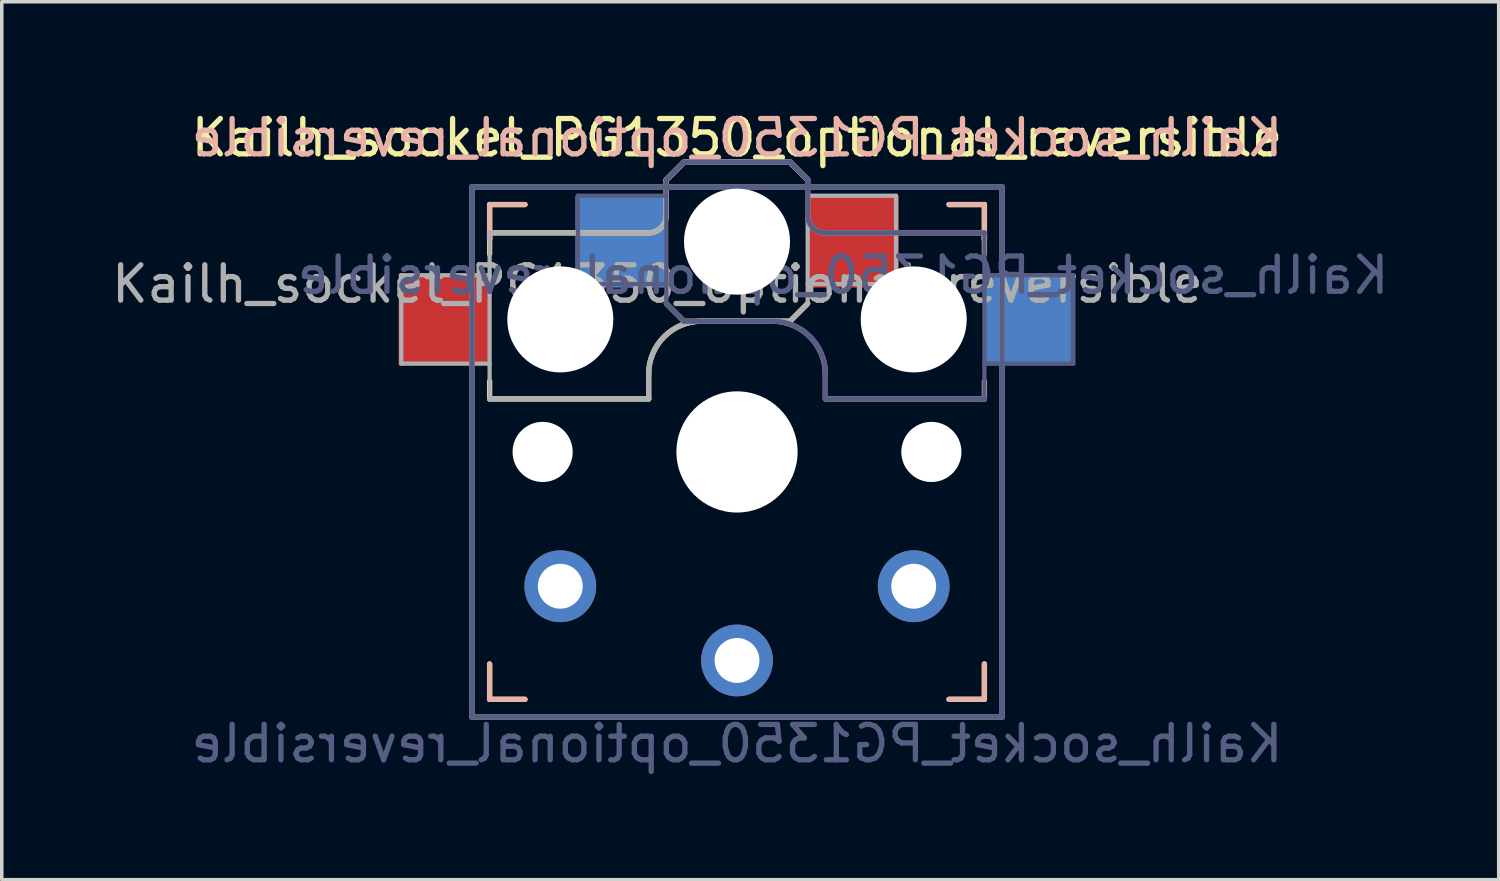
<source format=kicad_pcb>
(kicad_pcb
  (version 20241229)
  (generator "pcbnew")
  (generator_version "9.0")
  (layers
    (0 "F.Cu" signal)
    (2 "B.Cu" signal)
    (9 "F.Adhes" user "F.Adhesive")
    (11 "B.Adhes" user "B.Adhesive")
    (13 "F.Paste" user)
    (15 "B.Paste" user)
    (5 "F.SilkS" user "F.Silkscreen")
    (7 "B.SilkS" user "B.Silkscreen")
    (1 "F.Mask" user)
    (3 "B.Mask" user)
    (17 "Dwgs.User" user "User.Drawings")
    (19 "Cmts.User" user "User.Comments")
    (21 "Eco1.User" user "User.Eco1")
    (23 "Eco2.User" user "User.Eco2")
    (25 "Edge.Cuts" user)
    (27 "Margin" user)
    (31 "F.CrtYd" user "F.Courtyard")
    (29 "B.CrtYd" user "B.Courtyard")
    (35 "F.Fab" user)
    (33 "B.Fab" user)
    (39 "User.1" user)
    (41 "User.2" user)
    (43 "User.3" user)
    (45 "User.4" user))
  (footprint "Kailh_socket_PG1350_optional_reversible"
    (layer "F.Cu")
    (at 17.804 9.738)
    (property "Reference" "Kailh_socket_PG1350_optional_reversible" (at 0 -8.89 0) (layer "F.SilkS") (effects (font (size 1 1) (thickness 0.15))))
    (property "Value" "Kailh_socket_PG1350_optional_reversible" (at 0 8.255 0) (layer "F.Fab") (hide yes) (effects (font (size 1 1) (thickness 0.15))))
    (attr through_hole)
    (fp_line (start -7 -7) (end -6 -7) (stroke (width 0.15) (type solid)) (layer "F.SilkS"))
    (fp_line (start -7 -6.2) (end -2.5 -6.2) (stroke (width 0.15) (type solid)) (layer "F.SilkS"))
    (fp_line (start -7 -6) (end -7 -7) (stroke (width 0.15) (type solid)) (layer "F.SilkS"))
    (fp_line (start -7 -5.6) (end -7 -6.2) (stroke (width 0.15) (type solid)) (layer "F.SilkS"))
    (fp_line (start -7 -1.5) (end -7 -2) (stroke (width 0.15) (type solid)) (layer "F.SilkS"))
    (fp_line (start -7 7) (end -7 6) (stroke (width 0.15) (type solid)) (layer "F.SilkS"))
    (fp_line (start -6 7) (end -7 7) (stroke (width 0.15) (type solid)) (layer "F.SilkS"))
    (fp_line (start -2.5 -2.2) (end -2.5 -1.5) (stroke (width 0.15) (type solid)) (layer "F.SilkS"))
    (fp_line (start -2.5 -1.5) (end -7 -1.5) (stroke (width 0.15) (type solid)) (layer "F.SilkS"))
    (fp_line (start -2 -6.7) (end -2 -7.7) (stroke (width 0.15) (type solid)) (layer "F.SilkS"))
    (fp_line (start -1.5 -8.2) (end -2 -7.7) (stroke (width 0.15) (type solid)) (layer "F.SilkS"))
    (fp_line (start 1.5 -8.2) (end -1.5 -8.2) (stroke (width 0.15) (type solid)) (layer "F.SilkS"))
    (fp_line (start 1.5 -3.7) (end -1 -3.7) (stroke (width 0.15) (type solid)) (layer "F.SilkS"))
    (fp_line (start 2 -7.7) (end 1.5 -8.2) (stroke (width 0.15) (type solid)) (layer "F.SilkS"))
    (fp_line (start 2 -4.2) (end 1.5 -3.7) (stroke (width 0.15) (type solid)) (layer "F.SilkS"))
    (fp_line (start 6 -7) (end 7 -7) (stroke (width 0.15) (type solid)) (layer "F.SilkS"))
    (fp_line (start 7 -7) (end 7 -6) (stroke (width 0.15) (type solid)) (layer "F.SilkS"))
    (fp_line (start 7 6) (end 7 7) (stroke (width 0.15) (type solid)) (layer "F.SilkS"))
    (fp_line (start 7 7) (end 6 7) (stroke (width 0.15) (type solid)) (layer "F.SilkS"))
    (fp_arc (start -2.5 -2.2) (mid -2.06066 -3.26066) (end -1 -3.7) (stroke (width 0.15) (type solid)) (layer "F.SilkS"))
    (fp_arc (start -2 -6.7) (mid -2.146447 -6.346447) (end -2.5 -6.2) (stroke (width 0.15) (type solid)) (layer "F.SilkS"))
    (fp_line (start -7 -7) (end -6 -7) (stroke (width 0.15) (type solid)) (layer "B.SilkS"))
    (fp_line (start -7 -6) (end -7 -7) (stroke (width 0.15) (type solid)) (layer "B.SilkS"))
    (fp_line (start -7 7) (end -7 6) (stroke (width 0.15) (type solid)) (layer "B.SilkS"))
    (fp_line (start -6 7) (end -7 7) (stroke (width 0.15) (type solid)) (layer "B.SilkS"))
    (fp_line (start -2 -7.7) (end -1.5 -8.2) (stroke (width 0.15) (type solid)) (layer "B.SilkS"))
    (fp_line (start -2 -4.2) (end -1.5 -3.7) (stroke (width 0.15) (type solid)) (layer "B.SilkS"))
    (fp_line (start -1.5 -8.2) (end 1.5 -8.2) (stroke (width 0.15) (type solid)) (layer "B.SilkS"))
    (fp_line (start -1.5 -3.7) (end 1 -3.7) (stroke (width 0.15) (type solid)) (layer "B.SilkS"))
    (fp_line (start 1.5 -8.2) (end 2 -7.7) (stroke (width 0.15) (type solid)) (layer "B.SilkS"))
    (fp_line (start 2 -6.7) (end 2 -7.7) (stroke (width 0.15) (type solid)) (layer "B.SilkS"))
    (fp_line (start 2.5 -2.2) (end 2.5 -1.5) (stroke (width 0.15) (type solid)) (layer "B.SilkS"))
    (fp_line (start 2.5 -1.5) (end 7 -1.5) (stroke (width 0.15) (type solid)) (layer "B.SilkS"))
    (fp_line (start 6 -7) (end 7 -7) (stroke (width 0.15) (type solid)) (layer "B.SilkS"))
    (fp_line (start 7 -7) (end 7 -6) (stroke (width 0.15) (type solid)) (layer "B.SilkS"))
    (fp_line (start 7 -6.2) (end 2.5 -6.2) (stroke (width 0.15) (type solid)) (layer "B.SilkS"))
    (fp_line (start 7 -5.6) (end 7 -6.2) (stroke (width 0.15) (type solid)) (layer "B.SilkS"))
    (fp_line (start 7 -1.5) (end 7 -2) (stroke (width 0.15) (type solid)) (layer "B.SilkS"))
    (fp_line (start 7 6) (end 7 7) (stroke (width 0.15) (type solid)) (layer "B.SilkS"))
    (fp_line (start 7 7) (end 6 7) (stroke (width 0.15) (type solid)) (layer "B.SilkS"))
    (fp_arc (start 1 -3.7) (mid 2.06066 -3.26066) (end 2.5 -2.2) (stroke (width 0.15) (type solid)) (layer "B.SilkS"))
    (fp_arc (start 2.5 -6.2) (mid 2.146447 -6.346447) (end 2 -6.7) (stroke (width 0.15) (type solid)) (layer "B.SilkS"))
    (fp_line (start -6.9 6.9) (end -6.9 -6.9) (stroke (width 0.15) (type solid)) (layer "Eco2.User"))
    (fp_line (start -6.9 6.9) (end 6.9 6.9) (stroke (width 0.15) (type solid)) (layer "Eco2.User"))
    (fp_line (start -2.6 -3.1) (end -2.6 -6.3) (stroke (width 0.15) (type solid)) (layer "Eco2.User"))
    (fp_line (start -2.6 -3.1) (end 2.6 -3.1) (stroke (width 0.15) (type solid)) (layer "Eco2.User"))
    (fp_line (start 2.6 -6.3) (end -2.6 -6.3) (stroke (width 0.15) (type solid)) (layer "Eco2.User"))
    (fp_line (start 2.6 -3.1) (end 2.6 -6.3) (stroke (width 0.15) (type solid)) (layer "Eco2.User"))
    (fp_line (start 6.9 -6.9) (end -6.9 -6.9) (stroke (width 0.15) (type solid)) (layer "Eco2.User"))
    (fp_line (start 6.9 -6.9) (end 6.9 6.9) (stroke (width 0.15) (type solid)) (layer "Eco2.User"))
    (fp_line (start -7.5 -7.5) (end 7.5 -7.5) (stroke (width 0.15) (type solid)) (layer "B.Fab"))
    (fp_line (start -7.5 7.5) (end -7.5 -7.5) (stroke (width 0.15) (type solid)) (layer "B.Fab"))
    (fp_line (start -4.5 -7.25) (end -2 -7.25) (stroke (width 0.12) (type solid)) (layer "B.Fab"))
    (fp_line (start -4.5 -4.75) (end -4.5 -7.25) (stroke (width 0.12) (type solid)) (layer "B.Fab"))
    (fp_line (start -2 -7.7) (end -1.5 -8.2) (stroke (width 0.15) (type solid)) (layer "B.Fab"))
    (fp_line (start -2 -4.75) (end -4.5 -4.75) (stroke (width 0.12) (type solid)) (layer "B.Fab"))
    (fp_line (start -2 -4.25) (end -2 -7.7) (stroke (width 0.12) (type solid)) (layer "B.Fab"))
    (fp_line (start -2 -4.2) (end -1.5 -3.7) (stroke (width 0.15) (type solid)) (layer "B.Fab"))
    (fp_line (start -1.5 -8.2) (end 1.5 -8.2) (stroke (width 0.15) (type solid)) (layer "B.Fab"))
    (fp_line (start -1.5 -3.7) (end 1 -3.7) (stroke (width 0.15) (type solid)) (layer "B.Fab"))
    (fp_line (start 1.5 -8.2) (end 2 -7.7) (stroke (width 0.15) (type solid)) (layer "B.Fab"))
    (fp_line (start 2 -6.7) (end 2 -7.7) (stroke (width 0.15) (type solid)) (layer "B.Fab"))
    (fp_line (start 2.5 -2.2) (end 2.5 -1.5) (stroke (width 0.15) (type solid)) (layer "B.Fab"))
    (fp_line (start 2.5 -1.5) (end 7 -1.5) (stroke (width 0.15) (type solid)) (layer "B.Fab"))
    (fp_line (start 7 -6.2) (end 2.5 -6.2) (stroke (width 0.15) (type solid)) (layer "B.Fab"))
    (fp_line (start 7 -5) (end 9.5 -5) (stroke (width 0.12) (type solid)) (layer "B.Fab"))
    (fp_line (start 7 -1.5) (end 7 -6.2) (stroke (width 0.12) (type solid)) (layer "B.Fab"))
    (fp_line (start 7.5 -7.5) (end 7.5 7.5) (stroke (width 0.15) (type solid)) (layer "B.Fab"))
    (fp_line (start 7.5 7.5) (end -7.5 7.5) (stroke (width 0.15) (type solid)) (layer "B.Fab"))
    (fp_line (start 9.5 -5) (end 9.5 -2.5) (stroke (width 0.12) (type solid)) (layer "B.Fab"))
    (fp_line (start 9.5 -2.5) (end 7 -2.5) (stroke (width 0.12) (type solid)) (layer "B.Fab"))
    (fp_arc (start 1 -3.7) (mid 2.06066 -3.26066) (end 2.5 -2.2) (stroke (width 0.15) (type solid)) (layer "B.Fab"))
    (fp_arc (start 2.5 -6.2) (mid 2.146447 -6.346447) (end 2 -6.7) (stroke (width 0.15) (type solid)) (layer "B.Fab"))
    (fp_line (start -9.5 -5) (end -9.5 -2.5) (stroke (width 0.12) (type solid)) (layer "F.Fab"))
    (fp_line (start -9.5 -2.5) (end -7 -2.5) (stroke (width 0.12) (type solid)) (layer "F.Fab"))
    (fp_line (start -7.5 -7.5) (end 7.5 -7.5) (stroke (width 0.15) (type solid)) (layer "F.Fab"))
    (fp_line (start -7.5 7.5) (end -7.5 -7.5) (stroke (width 0.15) (type solid)) (layer "F.Fab"))
    (fp_line (start -7 -6.2) (end -2.5 -6.2) (stroke (width 0.15) (type solid)) (layer "F.Fab"))
    (fp_line (start -7 -5) (end -9.5 -5) (stroke (width 0.12) (type solid)) (layer "F.Fab"))
    (fp_line (start -7 -1.5) (end -7 -6.2) (stroke (width 0.12) (type solid)) (layer "F.Fab"))
    (fp_line (start -2.5 -2.2) (end -2.5 -1.5) (stroke (width 0.15) (type solid)) (layer "F.Fab"))
    (fp_line (start -2.5 -1.5) (end -7 -1.5) (stroke (width 0.15) (type solid)) (layer "F.Fab"))
    (fp_line (start -2 -6.7) (end -2 -7.7) (stroke (width 0.15) (type solid)) (layer "F.Fab"))
    (fp_line (start -1.5 -8.2) (end -2 -7.7) (stroke (width 0.15) (type solid)) (layer "F.Fab"))
    (fp_line (start 1.5 -8.2) (end -1.5 -8.2) (stroke (width 0.15) (type solid)) (layer "F.Fab"))
    (fp_line (start 1.5 -3.7) (end -1 -3.7) (stroke (width 0.15) (type solid)) (layer "F.Fab"))
    (fp_line (start 2 -7.7) (end 1.5 -8.2) (stroke (width 0.15) (type solid)) (layer "F.Fab"))
    (fp_line (start 2 -4.75) (end 4.5 -4.75) (stroke (width 0.12) (type solid)) (layer "F.Fab"))
    (fp_line (start 2 -4.25) (end 2 -7.7) (stroke (width 0.12) (type solid)) (layer "F.Fab"))
    (fp_line (start 2 -4.2) (end 1.5 -3.7) (stroke (width 0.15) (type solid)) (layer "F.Fab"))
    (fp_line (start 4.5 -7.25) (end 2 -7.25) (stroke (width 0.12) (type solid)) (layer "F.Fab"))
    (fp_line (start 4.5 -4.75) (end 4.5 -7.25) (stroke (width 0.12) (type solid)) (layer "F.Fab"))
    (fp_line (start 7.5 -7.5) (end 7.5 7.5) (stroke (width 0.15) (type solid)) (layer "F.Fab"))
    (fp_line (start 7.5 7.5) (end -7.5 7.5) (stroke (width 0.15) (type solid)) (layer "F.Fab"))
    (fp_arc (start -2.5 -2.2) (mid -2.06066 -3.26066) (end -1 -3.7) (stroke (width 0.15) (type solid)) (layer "F.Fab"))
    (fp_arc (start -2 -6.7) (mid -2.146447 -6.346447) (end -2.5 -6.2) (stroke (width 0.15) (type solid)) (layer "F.Fab"))
    (fp_text user "${REFERENCE}" (at 0 -8.89 0) (layer "B.SilkS") (effects (font (size 1 1) (thickness 0.15)) (justify mirror)))
    (fp_text user "${REFERENCE}" (at 3 -5 180) (layer "B.Fab") (effects (font (size 1 1) (thickness 0.15)) (justify mirror)))
    (fp_text user "${VALUE}" (at 0 8.255 0) (layer "B.Fab") (effects (font (size 1 1) (thickness 0.15)) (justify mirror)))
    (fp_text user "${REFERENCE}" (at -2.25 -4.75 0) (layer "F.Fab") (effects (font (size 1 1) (thickness 0.15))))
    (pad "" np_thru_hole circle (at -5.5 0) (size 1.702 1.702) (drill 1.702) (layers "*.Cu" "*.Mask"))
    (pad "" np_thru_hole circle (at -5 -3.75) (size 3 3) (drill 3) (layers "*.Cu" "*.Mask"))
    (pad "" np_thru_hole circle (at 0 -5.95) (size 3 3) (drill 3) (layers "*.Cu" "*.Mask"))
    (pad "" np_thru_hole circle (at 0 0) (size 3.429 3.429) (drill 3.429) (layers "*.Cu" "*.Mask"))
    (pad "" np_thru_hole circle (at 5 -3.75) (size 3 3) (drill 3) (layers "*.Cu" "*.Mask"))
    (pad "" np_thru_hole circle (at 5.5 0) (size 1.702 1.702) (drill 1.702) (layers "*.Cu" "*.Mask"))
    (pad "1" smd rect (at -3.275 -5.95) (size 2.6 2.6) (layers "B.Cu" "B.Mask" "B.Paste"))
    (pad "1" thru_hole circle (at 0 5.9) (size 2.032 2.032) (drill 1.27) (layers "*.Cu" "*.Mask"))
    (pad "1" smd rect (at 3.275 -5.95) (size 2.6 2.6) (layers "F.Cu" "F.Mask" "F.Paste"))
    (pad "2" smd rect (at -8.275 -3.75) (size 2.6 2.6) (layers "F.Cu" "F.Mask" "F.Paste"))
    (pad "2" thru_hole circle (at -5 3.8) (size 2.032 2.032) (drill 1.27) (layers "*.Cu" "*.Mask"))
    (pad "2" thru_hole circle (at 5 3.8) (size 2.032 2.032) (drill 1.27) (layers "*.Cu" "*.Mask"))
    (pad "2" smd rect (at 8.275 -3.75) (size 2.6 2.6) (layers "B.Cu" "B.Mask" "B.Paste")))
  (gr_rect
    (start -3 -3)
    (end 39.357 21.841)
    (stroke (width 0.1) (type default))
    (fill no)
    (layer "Edge.Cuts")))
</source>
